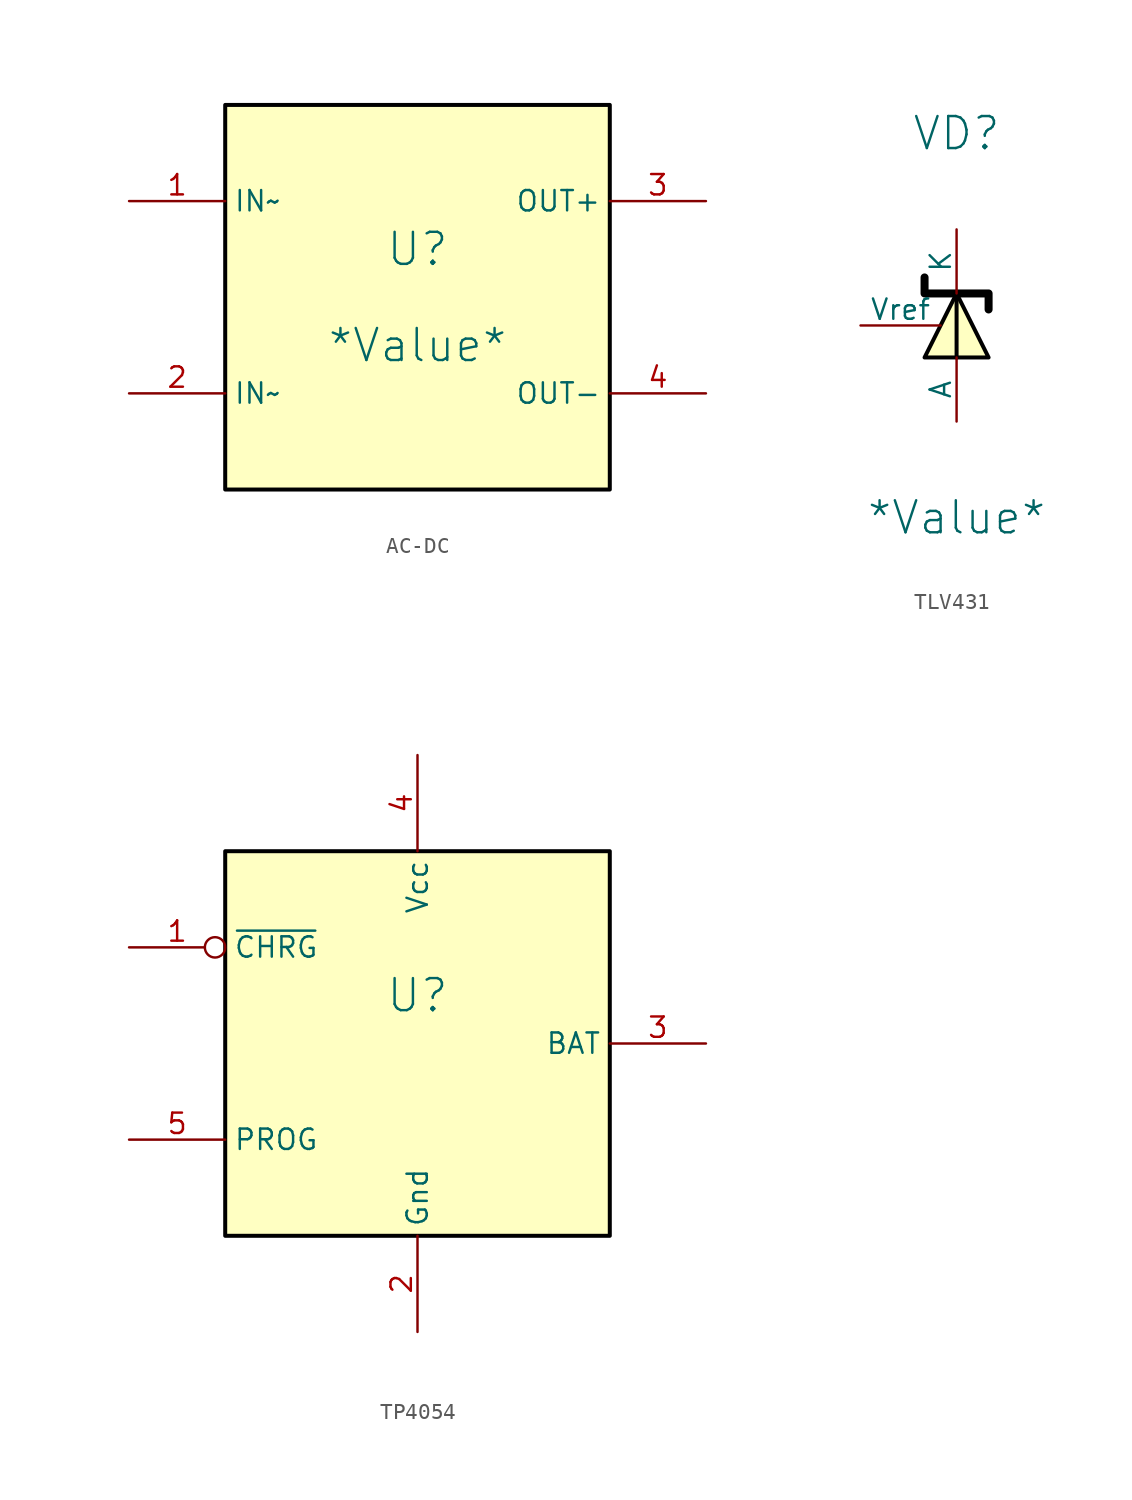
<source format=kicad_sym>
(kicad_symbol_lib
  (version 20241209)
  (generator "kicad_symbol_editor")
  (generator_version "9.0")
  (symbol "AC-DC"
    (property "Reference" "U"
      (at 0 3 0)
      (effects (font (size 2 2))))
    (property "Value" "*Value*"
      (at 0 -3 0)
      (effects (font (size 2 2))))
    (symbol "AC-DC_1_0"
      (rectangle (start -12 12) (end 12 -12) (stroke (width 0.25) (type solid) (color 0 0 0 1)) (fill (type color) (color 255 255 194 1)))
      (pin power_in line (at -18 6 0) (length 6) (name "IN~" (effects (font (size 1.27 1.27)))) (number "1" (effects (font (size 1.27 1.27)))))
      (pin power_in line (at -18 -6 0) (length 6) (name "IN~" (effects (font (size 1.27 1.27)))) (number "2" (effects (font (size 1.27 1.27)))))
      (pin power_out line (at 18 6 180) (length 6) (name "OUT+" (effects (font (size 1.27 1.27)))) (number "3" (effects (font (size 1.27 1.27)))))
      (pin power_out line (at 18 -6 180) (length 6) (name "OUT-" (effects (font (size 1.27 1.27)))) (number "4" (effects (font (size 1.27 1.27)))))))
  (symbol "TLV431"
    (pin_numbers
      (hide yes))
    (pin_names
      (offset 0))
    (property "Reference" "VD"
      (at 0 12 0)
      (effects (font (size 2 2))))
    (property "Value" "*Value*"
      (at 0 -12 0)
      (effects (font (size 2 2))))
    (symbol "TLV431_1_0"
      (polyline (pts (xy -2 -2) (xy 0 2) (xy 2 -2) (xy -2 -2)) (stroke (width 0.25) (type solid) (color 0 0 0 1)) (fill (type background)))
      (polyline (pts (xy 0 -2) (xy 0 2)) (stroke (width 0.25) (type solid) (color 0 0 0 1)) (fill (type none)))
      (polyline (pts (xy 2 1) (xy 2 2) (xy -2 2) (xy -2 3)) (stroke (width 0.5) (type solid) (color 0 0 0 1)) (fill (type none))))
    (symbol "TLV431_1_1"
      (pin passive line (at -6 0 0) (length 5) (name "Vref" (effects (font (size 1.27 1.27)))) (number "1" (effects (font (size 1.27 1.27)))))
      (pin passive line (at 0 6 270) (length 4) (name "K" (effects (font (size 1.27 1.27)))) (number "2" (effects (font (size 1.27 1.27)))))
      (pin passive line (at 0 -6 90) (length 4) (name "A" (effects (font (size 1.27 1.27)))) (number "3" (effects (font (size 1.27 1.27)))))))
  (symbol "TP4054"
    (property "Reference" "U"
      (at 0 3 0)
      (effects (font (size 2 2))))
    (property "Value" ""
      (at 0 -3 0)
      (effects (font (size 2 2))))
    (symbol "TP4054_1_0"
      (pin open_collector inverted (at -18 6 0) (length 6) (name "~{CHRG}" (effects (font (size 1.27 1.27)))) (number "1" (effects (font (size 1.27 1.27)))))
      (pin passive line (at -18 -6 0) (length 6) (name "PROG" (effects (font (size 1.27 1.27)))) (number "5" (effects (font (size 1.27 1.27)))))
      (pin power_in line (at 0 18 270) (length 6) (name "Vcc" (effects (font (size 1.27 1.27)))) (number "4" (effects (font (size 1.27 1.27)))))
      (pin power_in line (at 0 -18 90) (length 6) (name "Gnd" (effects (font (size 1.27 1.27)))) (number "2" (effects (font (size 1.27 1.27)))))
      (pin power_out line (at 18 0 180) (length 6) (name "BAT" (effects (font (size 1.27 1.27)))) (number "3" (effects (font (size 1.27 1.27))))))
    (symbol "TP4054_1_1"
      (rectangle (start -12 12) (end 12 -12) (stroke (width 0.25) (type solid) (color 0 0 0 1)) (fill (type color) (color 255 255 194 1))))))
</source>
